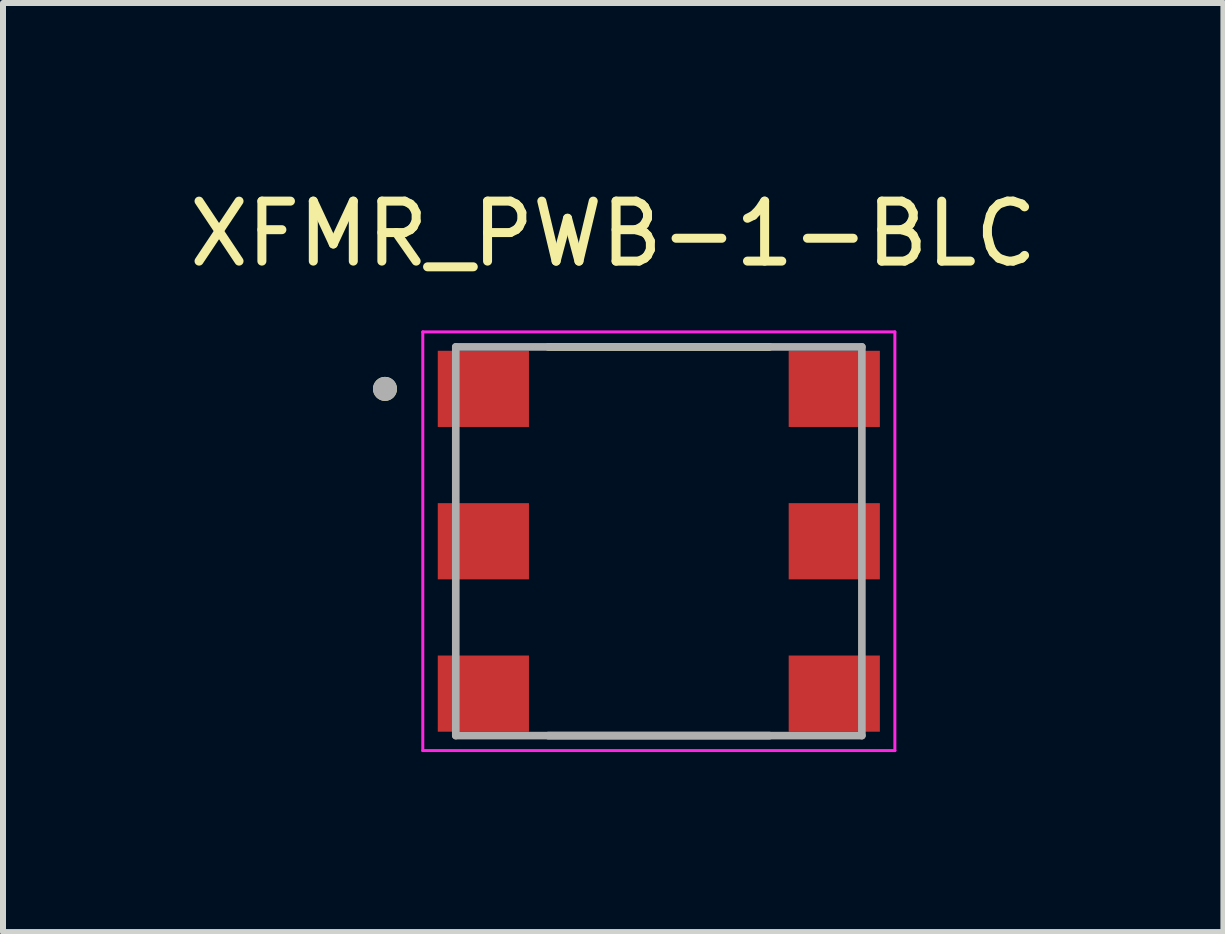
<source format=kicad_pcb>
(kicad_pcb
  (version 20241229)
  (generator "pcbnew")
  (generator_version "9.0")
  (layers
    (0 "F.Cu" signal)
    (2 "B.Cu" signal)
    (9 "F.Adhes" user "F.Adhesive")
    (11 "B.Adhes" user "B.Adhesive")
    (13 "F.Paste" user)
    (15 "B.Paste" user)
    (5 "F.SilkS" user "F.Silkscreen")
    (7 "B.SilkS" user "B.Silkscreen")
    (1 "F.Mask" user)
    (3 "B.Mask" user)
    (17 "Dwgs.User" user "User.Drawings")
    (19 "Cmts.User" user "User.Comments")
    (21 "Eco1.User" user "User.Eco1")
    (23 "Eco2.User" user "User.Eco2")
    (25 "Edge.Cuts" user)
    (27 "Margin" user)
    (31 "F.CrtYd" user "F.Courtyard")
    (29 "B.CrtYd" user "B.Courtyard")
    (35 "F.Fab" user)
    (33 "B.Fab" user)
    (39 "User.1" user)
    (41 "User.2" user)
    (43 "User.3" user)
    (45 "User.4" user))
  (footprint "XFMR_PWB-1-BLC"
    (layer "F.Cu")
    (at 7.933 5.973)
    (property "Reference" "XFMR_PWB-1-BLC" (at -0.76 -5.125 0) (layer "F.SilkS") (effects (font (size 1 1) (thickness 0.15))))
    (attr smd)
    (fp_line (start -1.845 -3.24) (end 1.845 -3.24) (stroke (width 0.127) (type solid)) (layer "F.SilkS"))
    (fp_line (start -1.845 3.24) (end 1.845 3.24) (stroke (width 0.127) (type solid)) (layer "F.SilkS"))
    (fp_circle (center -4.565 -2.54) (end -4.465 -2.54) (stroke (width 0.2) (type solid)) (fill no) (layer "F.SilkS"))
    (fp_line (start -3.935 -3.49) (end -3.935 3.49) (stroke (width 0.05) (type solid)) (layer "F.CrtYd"))
    (fp_line (start -3.935 3.49) (end 3.935 3.49) (stroke (width 0.05) (type solid)) (layer "F.CrtYd"))
    (fp_line (start 3.935 -3.49) (end -3.935 -3.49) (stroke (width 0.05) (type solid)) (layer "F.CrtYd"))
    (fp_line (start 3.935 3.49) (end 3.935 -3.49) (stroke (width 0.05) (type solid)) (layer "F.CrtYd"))
    (fp_line (start -3.385 -3.24) (end 3.385 -3.24) (stroke (width 0.127) (type solid)) (layer "F.Fab"))
    (fp_line (start -3.385 3.24) (end -3.385 -3.24) (stroke (width 0.127) (type solid)) (layer "F.Fab"))
    (fp_line (start 3.385 -3.24) (end 3.385 3.24) (stroke (width 0.127) (type solid)) (layer "F.Fab"))
    (fp_line (start 3.385 3.24) (end -3.385 3.24) (stroke (width 0.127) (type solid)) (layer "F.Fab"))
    (fp_circle (center -4.565 -2.54) (end -4.465 -2.54) (stroke (width 0.2) (type solid)) (fill no) (layer "F.Fab"))
    (pad "1" smd rect (at -2.925 -2.54) (size 1.52 1.27) (layers "F.Cu" "F.Mask" "F.Paste"))
    (pad "2" smd rect (at -2.925 0) (size 1.52 1.27) (layers "F.Cu" "F.Mask" "F.Paste"))
    (pad "3" smd rect (at -2.925 2.54) (size 1.52 1.27) (layers "F.Cu" "F.Mask" "F.Paste"))
    (pad "4" smd rect (at 2.925 2.54) (size 1.52 1.27) (layers "F.Cu" "F.Mask" "F.Paste"))
    (pad "5" smd rect (at 2.925 0) (size 1.52 1.27) (layers "F.Cu" "F.Mask" "F.Paste"))
    (pad "6" smd rect (at 2.925 -2.54) (size 1.52 1.27) (layers "F.Cu" "F.Mask" "F.Paste")))
  (gr_rect
    (start -3 -3)
    (end 17.345 12.488)
    (stroke (width 0.1) (type default))
    (fill no)
    (layer "Edge.Cuts")))
</source>
